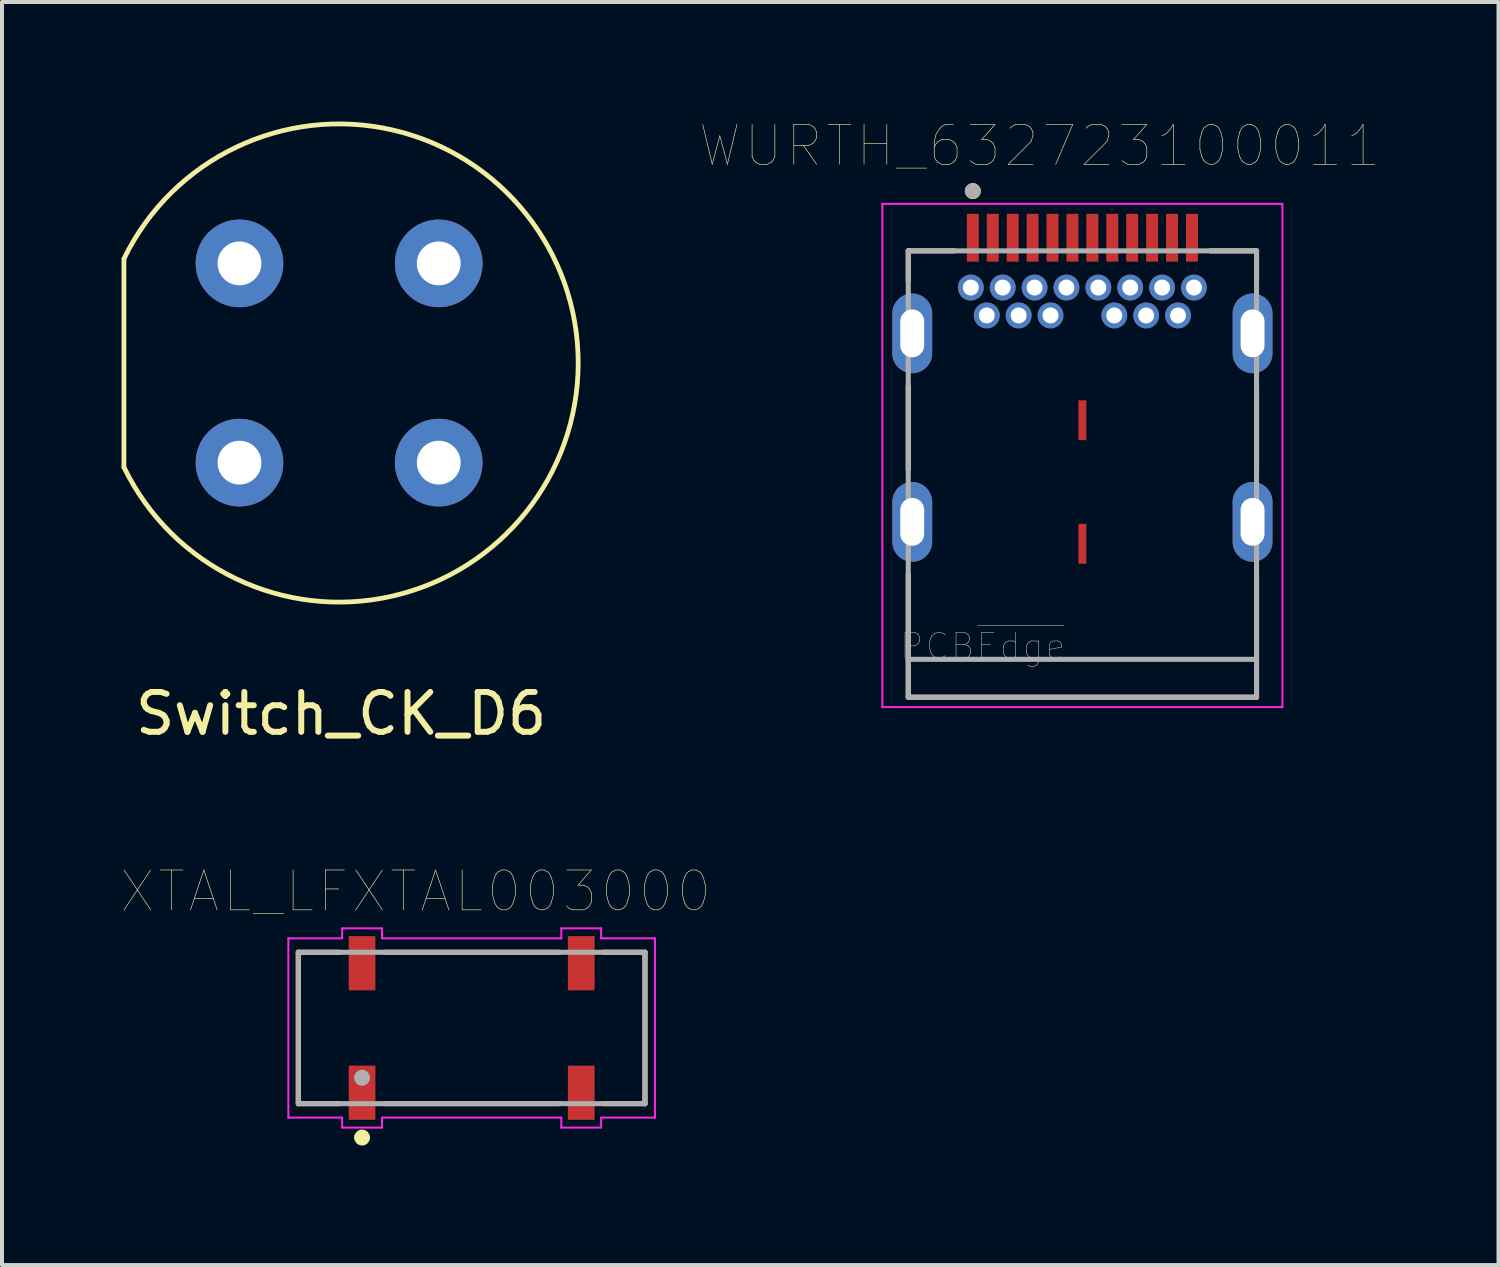
<source format=kicad_pcb>
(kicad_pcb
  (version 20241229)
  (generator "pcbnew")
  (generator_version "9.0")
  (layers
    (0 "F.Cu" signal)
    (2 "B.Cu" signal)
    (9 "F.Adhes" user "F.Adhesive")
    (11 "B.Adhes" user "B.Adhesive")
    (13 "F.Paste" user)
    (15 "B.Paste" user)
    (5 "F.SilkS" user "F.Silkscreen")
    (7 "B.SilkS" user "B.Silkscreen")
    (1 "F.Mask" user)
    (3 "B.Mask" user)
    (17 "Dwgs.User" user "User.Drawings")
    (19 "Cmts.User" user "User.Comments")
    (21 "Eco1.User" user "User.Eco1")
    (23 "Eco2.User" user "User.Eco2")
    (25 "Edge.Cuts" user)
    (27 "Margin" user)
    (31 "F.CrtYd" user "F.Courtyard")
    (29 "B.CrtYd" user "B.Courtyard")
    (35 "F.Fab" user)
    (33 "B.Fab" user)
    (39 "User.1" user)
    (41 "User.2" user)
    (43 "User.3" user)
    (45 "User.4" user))
  (footprint "WURTH_632723100011"
    (layer "F.Cu")
    (at 24.113 2.916)
    (property "Reference" "WURTH_632723100011" (at -1.075 -2.305 0) (layer "F.SilkS") (effects (font (size 1 1) (thickness 0.015))))
    (attr through_hole)
    (fp_line (start -4.37 0.33) (end -4.37 1.08) (stroke (width 0.127) (type solid)) (layer "F.SilkS"))
    (fp_line (start -4.37 3.713) (end -4.37 5.816) (stroke (width 0.127) (type solid)) (layer "F.SilkS"))
    (fp_line (start -4.37 8.444) (end -4.37 11.53) (stroke (width 0.127) (type solid)) (layer "F.SilkS"))
    (fp_line (start -4.37 11.53) (end 4.37 11.53) (stroke (width 0.127) (type solid)) (layer "F.SilkS"))
    (fp_line (start -3.214 0.33) (end -4.37 0.33) (stroke (width 0.127) (type solid)) (layer "F.SilkS"))
    (fp_line (start 3.214 0.33) (end 4.37 0.33) (stroke (width 0.127) (type solid)) (layer "F.SilkS"))
    (fp_line (start 4.37 0.33) (end 4.37 1.08) (stroke (width 0.127) (type solid)) (layer "F.SilkS"))
    (fp_line (start 4.37 3.713) (end 4.37 5.816) (stroke (width 0.127) (type solid)) (layer "F.SilkS"))
    (fp_line (start 4.37 11.53) (end 4.37 8.444) (stroke (width 0.127) (type solid)) (layer "F.SilkS"))
    (fp_circle (center -2.75 -1.17) (end -2.65 -1.17) (stroke (width 0.2) (type solid)) (fill no) (layer "F.SilkS"))
    (fp_line (start -5.02 -0.85) (end 5.02 -0.85) (stroke (width 0.05) (type solid)) (layer "F.CrtYd"))
    (fp_line (start -5.02 11.78) (end -5.02 -0.85) (stroke (width 0.05) (type solid)) (layer "F.CrtYd"))
    (fp_line (start 5.02 -0.85) (end 5.02 11.78) (stroke (width 0.05) (type solid)) (layer "F.CrtYd"))
    (fp_line (start 5.02 11.78) (end -5.02 11.78) (stroke (width 0.05) (type solid)) (layer "F.CrtYd"))
    (fp_line (start -4.37 0.33) (end 4.37 0.33) (stroke (width 0.127) (type solid)) (layer "F.Fab"))
    (fp_line (start -4.37 10.58) (end -4.37 0.33) (stroke (width 0.127) (type solid)) (layer "F.Fab"))
    (fp_line (start -4.37 11.53) (end -4.37 10.58) (stroke (width 0.127) (type solid)) (layer "F.Fab"))
    (fp_line (start 4.37 0.33) (end 4.37 10.58) (stroke (width 0.127) (type solid)) (layer "F.Fab"))
    (fp_line (start 4.37 10.58) (end -4.37 10.58) (stroke (width 0.127) (type solid)) (layer "F.Fab"))
    (fp_line (start 4.37 10.58) (end 4.37 11.53) (stroke (width 0.127) (type solid)) (layer "F.Fab"))
    (fp_line (start 4.37 11.53) (end -4.37 11.53) (stroke (width 0.127) (type solid)) (layer "F.Fab"))
    (fp_circle (center -2.75 -1.17) (end -2.65 -1.17) (stroke (width 0.2) (type solid)) (fill no) (layer "F.Fab"))
    (fp_text user "PCB~{Edge}" (at -2.5 10.25 0) (layer "F.Fab") (effects (font (size 0.64 0.64) (thickness 0.015))))
    (pad "A1" smd rect (at -2.75 0) (size 0.3 1.2) (layers "F.Cu" "F.Mask" "F.Paste"))
    (pad "A2" smd rect (at -2.25 0) (size 0.3 1.2) (layers "F.Cu" "F.Mask" "F.Paste"))
    (pad "A3" smd rect (at -1.75 0) (size 0.3 1.2) (layers "F.Cu" "F.Mask" "F.Paste"))
    (pad "A4" smd rect (at -1.25 0) (size 0.3 1.2) (layers "F.Cu" "F.Mask" "F.Paste"))
    (pad "A5" smd rect (at -0.75 0) (size 0.3 1.2) (layers "F.Cu" "F.Mask" "F.Paste"))
    (pad "A6" smd rect (at -0.25 0) (size 0.3 1.2) (layers "F.Cu" "F.Mask" "F.Paste"))
    (pad "A7" smd rect (at 0.25 0) (size 0.3 1.2) (layers "F.Cu" "F.Mask" "F.Paste"))
    (pad "A8" smd rect (at 0.75 0) (size 0.3 1.2) (layers "F.Cu" "F.Mask" "F.Paste"))
    (pad "A9" smd rect (at 1.25 0) (size 0.3 1.2) (layers "F.Cu" "F.Mask" "F.Paste"))
    (pad "A10" smd rect (at 1.75 0) (size 0.3 1.2) (layers "F.Cu" "F.Mask" "F.Paste"))
    (pad "A11" smd rect (at 2.25 0) (size 0.3 1.2) (layers "F.Cu" "F.Mask" "F.Paste"))
    (pad "A12" smd rect (at 2.75 0) (size 0.3 1.2) (layers "F.Cu" "F.Mask" "F.Paste"))
    (pad "B1" thru_hole circle (at 2.8 1.25) (size 0.65 0.65) (drill 0.4) (layers "*.Cu" "*.Mask"))
    (pad "B2" thru_hole circle (at 2.4 1.95) (size 0.65 0.65) (drill 0.4) (layers "*.Cu" "*.Mask"))
    (pad "B3" thru_hole circle (at 1.6 1.95) (size 0.65 0.65) (drill 0.4) (layers "*.Cu" "*.Mask"))
    (pad "B4" thru_hole circle (at 1.2 1.25) (size 0.65 0.65) (drill 0.4) (layers "*.Cu" "*.Mask"))
    (pad "B5" thru_hole circle (at 0.8 1.95) (size 0.65 0.65) (drill 0.4) (layers "*.Cu" "*.Mask"))
    (pad "B6" thru_hole circle (at 0.4 1.25) (size 0.65 0.65) (drill 0.4) (layers "*.Cu" "*.Mask"))
    (pad "B7" thru_hole circle (at -0.4 1.25) (size 0.65 0.65) (drill 0.4) (layers "*.Cu" "*.Mask"))
    (pad "B8" thru_hole circle (at -0.8 1.95) (size 0.65 0.65) (drill 0.4) (layers "*.Cu" "*.Mask"))
    (pad "B9" thru_hole circle (at -1.2 1.25) (size 0.65 0.65) (drill 0.4) (layers "*.Cu" "*.Mask"))
    (pad "B10" thru_hole circle (at -1.6 1.95) (size 0.65 0.65) (drill 0.4) (layers "*.Cu" "*.Mask"))
    (pad "B11" thru_hole circle (at -2.4 1.95) (size 0.65 0.65) (drill 0.4) (layers "*.Cu" "*.Mask"))
    (pad "B12" thru_hole circle (at -2.8 1.25) (size 0.65 0.65) (drill 0.4) (layers "*.Cu" "*.Mask"))
    (pad "G1" thru_hole circle (at -2 1.25) (size 0.65 0.65) (drill 0.4) (layers "*.Cu" "*.Mask"))
    (pad "G2" thru_hole circle (at 2 1.25) (size 0.65 0.65) (drill 0.4) (layers "*.Cu" "*.Mask"))
    (pad "S1" thru_hole oval (at -4.27 2.4) (size 1 2) (drill oval 0.6 1.2) (layers "*.Cu" "*.Mask"))
    (pad "S2" thru_hole oval (at 4.27 2.4) (size 1 2) (drill oval 0.6 1.2) (layers "*.Cu" "*.Mask"))
    (pad "S3" thru_hole oval (at -4.27 7.13) (size 1 2) (drill oval 0.6 1.2) (layers "*.Cu" "*.Mask"))
    (pad "S4" thru_hole oval (at 4.27 7.13) (size 1 2) (drill oval 0.6 1.2) (layers "*.Cu" "*.Mask"))
    (pad "S5" smd rect (at 0 4.58) (size 0.2 1) (layers "F.Cu" "F.Mask" "F.Paste"))
    (pad "S6" smd rect (at 0 7.68) (size 0.2 1) (layers "F.Cu" "F.Mask" "F.Paste")))
  (footprint "XTAL_LFXTAL003000"
    (layer "F.Cu")
    (at 8.786 22.747)
    (property "Reference" "XTAL_LFXTAL003000" (at -1.406 -3.427 0) (layer "F.SilkS") (effects (font (size 1.001 1.001) (thickness 0.015))))
    (attr through_hole)
    (fp_line (start -4.35 -1.9) (end -3.3 -1.9) (stroke (width 0.127) (type solid)) (layer "F.SilkS"))
    (fp_line (start -4.35 1.9) (end -4.35 -1.9) (stroke (width 0.127) (type solid)) (layer "F.SilkS"))
    (fp_line (start -4.35 1.9) (end -3.3 1.9) (stroke (width 0.127) (type solid)) (layer "F.SilkS"))
    (fp_line (start -2.2 -1.9) (end 2.2 -1.9) (stroke (width 0.127) (type solid)) (layer "F.SilkS"))
    (fp_line (start -2.2 1.9) (end 2.2 1.9) (stroke (width 0.127) (type solid)) (layer "F.SilkS"))
    (fp_line (start 3.3 -1.9) (end 4.35 -1.9) (stroke (width 0.127) (type solid)) (layer "F.SilkS"))
    (fp_line (start 3.3 1.9) (end 4.35 1.9) (stroke (width 0.127) (type solid)) (layer "F.SilkS"))
    (fp_line (start 4.35 -1.9) (end 4.35 1.9) (stroke (width 0.127) (type solid)) (layer "F.SilkS"))
    (fp_circle (center -2.75 2.75) (end -2.65 2.75) (stroke (width 0.2) (type solid)) (fill no) (layer "F.SilkS"))
    (fp_line (start -4.6 -2.25) (end -3.25 -2.25) (stroke (width 0.05) (type solid)) (layer "F.CrtYd"))
    (fp_line (start -4.6 2.25) (end -4.6 -2.25) (stroke (width 0.05) (type solid)) (layer "F.CrtYd"))
    (fp_line (start -3.25 -2.5) (end -2.25 -2.5) (stroke (width 0.05) (type solid)) (layer "F.CrtYd"))
    (fp_line (start -3.25 -2.25) (end -3.25 -2.5) (stroke (width 0.05) (type solid)) (layer "F.CrtYd"))
    (fp_line (start -3.25 2.25) (end -4.6 2.25) (stroke (width 0.05) (type solid)) (layer "F.CrtYd"))
    (fp_line (start -3.25 2.5) (end -3.25 2.25) (stroke (width 0.05) (type solid)) (layer "F.CrtYd"))
    (fp_line (start -2.25 -2.5) (end -2.25 -2.25) (stroke (width 0.05) (type solid)) (layer "F.CrtYd"))
    (fp_line (start -2.25 -2.25) (end 2.25 -2.25) (stroke (width 0.05) (type solid)) (layer "F.CrtYd"))
    (fp_line (start -2.25 2.25) (end -2.25 2.5) (stroke (width 0.05) (type solid)) (layer "F.CrtYd"))
    (fp_line (start -2.25 2.5) (end -3.25 2.5) (stroke (width 0.05) (type solid)) (layer "F.CrtYd"))
    (fp_line (start 2.25 -2.5) (end 3.25 -2.5) (stroke (width 0.05) (type solid)) (layer "F.CrtYd"))
    (fp_line (start 2.25 -2.25) (end 2.25 -2.5) (stroke (width 0.05) (type solid)) (layer "F.CrtYd"))
    (fp_line (start 2.25 2.25) (end -2.25 2.25) (stroke (width 0.05) (type solid)) (layer "F.CrtYd"))
    (fp_line (start 2.25 2.5) (end 2.25 2.25) (stroke (width 0.05) (type solid)) (layer "F.CrtYd"))
    (fp_line (start 3.25 -2.5) (end 3.25 -2.25) (stroke (width 0.05) (type solid)) (layer "F.CrtYd"))
    (fp_line (start 3.25 -2.25) (end 4.6 -2.25) (stroke (width 0.05) (type solid)) (layer "F.CrtYd"))
    (fp_line (start 3.25 2.25) (end 3.25 2.5) (stroke (width 0.05) (type solid)) (layer "F.CrtYd"))
    (fp_line (start 3.25 2.5) (end 2.25 2.5) (stroke (width 0.05) (type solid)) (layer "F.CrtYd"))
    (fp_line (start 4.6 -2.25) (end 4.6 2.25) (stroke (width 0.05) (type solid)) (layer "F.CrtYd"))
    (fp_line (start 4.6 2.25) (end 3.25 2.25) (stroke (width 0.05) (type solid)) (layer "F.CrtYd"))
    (fp_line (start -4.35 -1.9) (end 4.35 -1.9) (stroke (width 0.127) (type solid)) (layer "F.Fab"))
    (fp_line (start -4.35 1.9) (end -4.35 -1.9) (stroke (width 0.127) (type solid)) (layer "F.Fab"))
    (fp_line (start 4.35 -1.9) (end 4.35 1.9) (stroke (width 0.127) (type solid)) (layer "F.Fab"))
    (fp_line (start 4.35 1.9) (end -4.35 1.9) (stroke (width 0.127) (type solid)) (layer "F.Fab"))
    (fp_circle (center -2.75 1.25) (end -2.65 1.25) (stroke (width 0.2) (type solid)) (fill no) (layer "F.Fab"))
    (pad "1" smd rect (at -2.75 1.625) (size 0.67 1.36) (layers "F.Cu" "F.Mask" "F.Paste"))
    (pad "2" smd rect (at 2.75 1.625) (size 0.67 1.36) (layers "F.Cu" "F.Mask" "F.Paste"))
    (pad "3" smd rect (at 2.75 -1.625) (size 0.67 1.36) (layers "F.Cu" "F.Mask" "F.Paste"))
    (pad "4" smd rect (at -2.75 -1.625) (size 0.67 1.36) (layers "F.Cu" "F.Mask" "F.Paste")))
  (footprint "Switch_CK_D6"
    (layer "F.Cu")
    (at 5.46 6.06)
    (property "Reference" "Switch_CK_D6" (at 0.05 8.8 0) (layer "F.SilkS") (effects (font (size 1 1) (thickness 0.15))))
    (attr through_hole)
    (fp_line (start -5.4 2.615) (end -5.4 -2.615) (stroke (width 0.12) (type solid)) (layer "F.SilkS"))
    (fp_arc (start -5.396481 -2.62259) (mid 5.999997 0.00403) (end -5.399999 2.615339) (stroke (width 0.12) (type solid)) (layer "F.SilkS"))
    (pad "1" thru_hole circle (at -2.5 2.5) (size 2.2 2.2) (drill 1.1) (layers "*.Cu" "*.Mask"))
    (pad "1" thru_hole circle (at 2.5 2.5) (size 2.2 2.2) (drill 1.1) (layers "*.Cu" "*.Mask"))
    (pad "2" thru_hole circle (at -2.5 -2.5) (size 2.2 2.2) (drill 1.1) (layers "*.Cu" "*.Mask"))
    (pad "2" thru_hole circle (at 2.5 -2.5) (size 2.2 2.2) (drill 1.1) (layers "*.Cu" "*.Mask")))
  (gr_rect
    (start -3 -3)
    (end 34.555 28.697)
    (stroke (width 0.1) (type default))
    (fill no)
    (layer "Edge.Cuts")))
</source>
